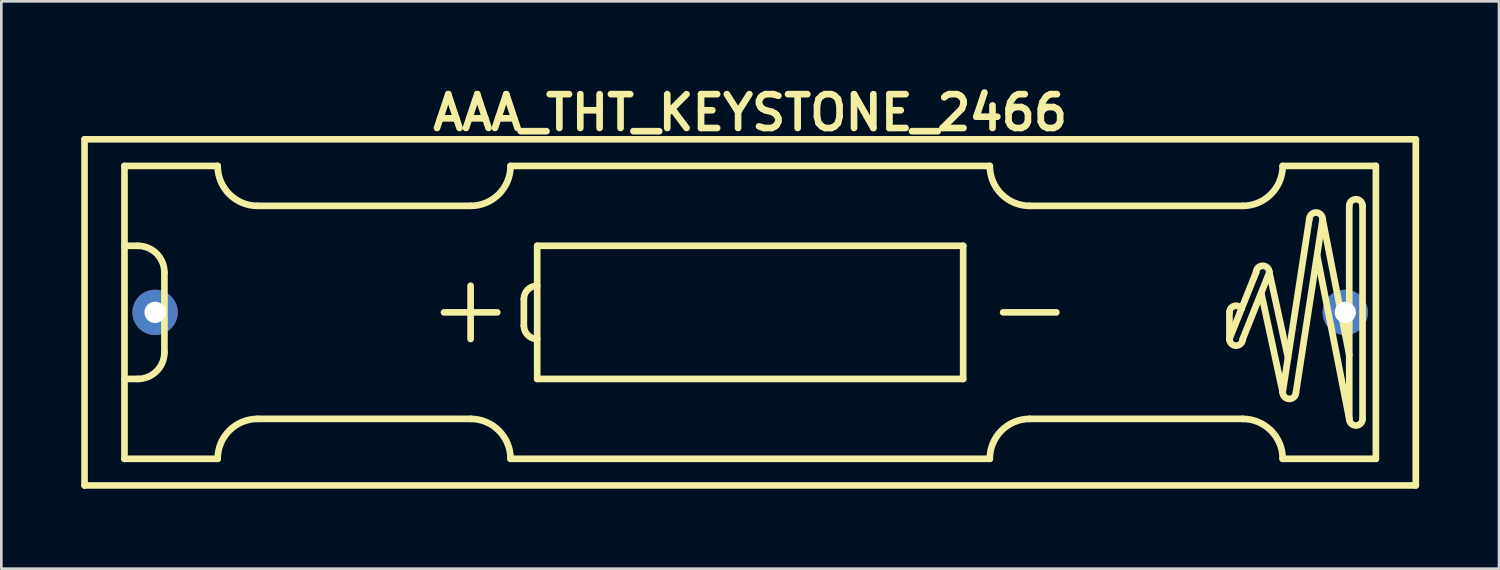
<source format=kicad_pcb>
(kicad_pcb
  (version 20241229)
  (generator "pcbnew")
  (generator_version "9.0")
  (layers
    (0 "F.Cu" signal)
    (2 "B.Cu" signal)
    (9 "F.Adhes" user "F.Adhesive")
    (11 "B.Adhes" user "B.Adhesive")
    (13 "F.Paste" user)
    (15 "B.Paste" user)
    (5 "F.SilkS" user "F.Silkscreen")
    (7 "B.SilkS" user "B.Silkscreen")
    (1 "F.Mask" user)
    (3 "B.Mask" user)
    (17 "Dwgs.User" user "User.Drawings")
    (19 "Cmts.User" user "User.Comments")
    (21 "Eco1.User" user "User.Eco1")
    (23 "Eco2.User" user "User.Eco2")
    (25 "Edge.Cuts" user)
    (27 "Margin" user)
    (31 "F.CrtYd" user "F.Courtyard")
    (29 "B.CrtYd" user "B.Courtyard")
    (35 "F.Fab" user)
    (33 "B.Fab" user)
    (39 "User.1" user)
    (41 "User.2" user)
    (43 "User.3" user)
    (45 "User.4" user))
  (footprint "AAA_THT_KEYSTONE_2466"
    (layer "F.Cu")
    (at 25.125 8.682)
    (property "Reference" "AAA_THT_KEYSTONE_2466" (at 0 -7.5 0) (layer "F.SilkS") (effects (font (size 1.27 1.27) (thickness 0.25))))
    (attr through_hole)
    (fp_line (start -25 -6.5) (end -25 6.5) (stroke (width 0.25) (type solid)) (layer "F.SilkS"))
    (fp_line (start -25 6.5) (end 25 6.5) (stroke (width 0.25) (type solid)) (layer "F.SilkS"))
    (fp_line (start -23.5 -5.5) (end -23.5 5.5) (stroke (width 0.25) (type solid)) (layer "F.SilkS"))
    (fp_line (start -23.5 -5.5) (end -20 -5.5) (stroke (width 0.25) (type solid)) (layer "F.SilkS"))
    (fp_line (start -23 -2.5) (end -23.5 -2.5) (stroke (width 0.25) (type solid)) (layer "F.SilkS"))
    (fp_line (start -23 2.5) (end -23.5 2.5) (stroke (width 0.25) (type solid)) (layer "F.SilkS"))
    (fp_line (start -22 1.5) (end -22 -1.5) (stroke (width 0.25) (type solid)) (layer "F.SilkS"))
    (fp_line (start -20 5.5) (end -23.5 5.5) (stroke (width 0.25) (type solid)) (layer "F.SilkS"))
    (fp_line (start -18.5 -4) (end -10.5 -4) (stroke (width 0.25) (type solid)) (layer "F.SilkS"))
    (fp_line (start -18.5 4) (end -10.5 4) (stroke (width 0.25) (type solid)) (layer "F.SilkS"))
    (fp_line (start -11.5 0) (end -9.5 0) (stroke (width 0.25) (type solid)) (layer "F.SilkS"))
    (fp_line (start -10.5 -1) (end -10.5 1) (stroke (width 0.25) (type solid)) (layer "F.SilkS"))
    (fp_line (start -9 5.5) (end 9 5.5) (stroke (width 0.25) (type solid)) (layer "F.SilkS"))
    (fp_line (start -8.5 -0.5) (end -8.5 0.5) (stroke (width 0.25) (type solid)) (layer "F.SilkS"))
    (fp_line (start -8 -2.5) (end 8 -2.5) (stroke (width 0.25) (type solid)) (layer "F.SilkS"))
    (fp_line (start -8 2.5) (end -8 -2.5) (stroke (width 0.25) (type solid)) (layer "F.SilkS"))
    (fp_line (start 8 -2.5) (end 8 2.5) (stroke (width 0.25) (type solid)) (layer "F.SilkS"))
    (fp_line (start 8 2.5) (end -8 2.5) (stroke (width 0.25) (type solid)) (layer "F.SilkS"))
    (fp_line (start 9 -5.5) (end -9 -5.5) (stroke (width 0.25) (type solid)) (layer "F.SilkS"))
    (fp_line (start 10.5 -4) (end 18.5 -4) (stroke (width 0.25) (type solid)) (layer "F.SilkS"))
    (fp_line (start 10.5 4) (end 18.5 4) (stroke (width 0.25) (type solid)) (layer "F.SilkS"))
    (fp_line (start 11.5 0) (end 9.5 0) (stroke (width 0.25) (type solid)) (layer "F.SilkS"))
    (fp_line (start 18 1) (end 18 0) (stroke (width 0.25) (type solid)) (layer "F.SilkS"))
    (fp_line (start 19 -1.5) (end 18 1) (stroke (width 0.25) (type solid)) (layer "F.SilkS"))
    (fp_line (start 19.5 -1.5) (end 18.5 1) (stroke (width 0.25) (type solid)) (layer "F.SilkS"))
    (fp_line (start 19.5 -1.5) (end 20.2 1.7) (stroke (width 0.25) (type solid)) (layer "F.SilkS"))
    (fp_line (start 20 -5.5) (end 23.5 -5.5) (stroke (width 0.25) (type solid)) (layer "F.SilkS"))
    (fp_line (start 20 3) (end 19.2 -0.7) (stroke (width 0.25) (type solid)) (layer "F.SilkS"))
    (fp_line (start 20 3) (end 21 -3.5) (stroke (width 0.25) (type solid)) (layer "F.SilkS"))
    (fp_line (start 20 5.5) (end 23.5 5.5) (stroke (width 0.25) (type solid)) (layer "F.SilkS"))
    (fp_line (start 21.5 -3.5) (end 20.5 3) (stroke (width 0.25) (type solid)) (layer "F.SilkS"))
    (fp_line (start 21.5 -3.5) (end 22.5 1.6) (stroke (width 0.25) (type solid)) (layer "F.SilkS"))
    (fp_line (start 22.5 4) (end 21.3 -2.1) (stroke (width 0.25) (type solid)) (layer "F.SilkS"))
    (fp_line (start 22.5 4) (end 22.5 -4) (stroke (width 0.25) (type solid)) (layer "F.SilkS"))
    (fp_line (start 23 -4) (end 23 4) (stroke (width 0.25) (type solid)) (layer "F.SilkS"))
    (fp_line (start 23.5 -5.5) (end 23.5 5.5) (stroke (width 0.25) (type solid)) (layer "F.SilkS"))
    (fp_line (start 25 -6.5) (end -25 -6.5) (stroke (width 0.25) (type solid)) (layer "F.SilkS"))
    (fp_line (start 25 6.5) (end 25 -6.5) (stroke (width 0.25) (type solid)) (layer "F.SilkS"))
    (fp_arc (start -23 -2.5) (mid -22.292893 -2.207107) (end -22 -1.5) (stroke (width 0.25) (type solid)) (layer "F.SilkS"))
    (fp_arc (start -22 1.5) (mid -22.292893 2.207107) (end -23 2.5) (stroke (width 0.25) (type solid)) (layer "F.SilkS"))
    (fp_arc (start -20 5.5) (mid -19.56066 4.43934) (end -18.5 4) (stroke (width 0.25) (type solid)) (layer "F.SilkS"))
    (fp_arc (start -18.5 -4) (mid -19.56066 -4.43934) (end -20 -5.5) (stroke (width 0.25) (type solid)) (layer "F.SilkS"))
    (fp_arc (start -10.5 4) (mid -9.43934 4.43934) (end -9 5.5) (stroke (width 0.25) (type solid)) (layer "F.SilkS"))
    (fp_arc (start -9 -5.5) (mid -9.43934 -4.43934) (end -10.5 -4) (stroke (width 0.25) (type solid)) (layer "F.SilkS"))
    (fp_arc (start -8.5 -0.5) (mid -8.353553 -0.853553) (end -8 -1) (stroke (width 0.25) (type solid)) (layer "F.SilkS"))
    (fp_arc (start -8 1) (mid -8.353553 0.853553) (end -8.5 0.5) (stroke (width 0.25) (type solid)) (layer "F.SilkS"))
    (fp_arc (start 9 5.5) (mid 9.43934 4.43934) (end 10.5 4) (stroke (width 0.25) (type solid)) (layer "F.SilkS"))
    (fp_arc (start 10.5 -4) (mid 9.43934 -4.43934) (end 9 -5.5) (stroke (width 0.25) (type solid)) (layer "F.SilkS"))
    (fp_arc (start 18 0) (mid 18.177554 -0.239273) (end 18.458013 -0.138675) (stroke (width 0.25) (type solid)) (layer "F.SilkS"))
    (fp_arc (start 18.5 1) (mid 18.25 1.25) (end 18 1) (stroke (width 0.25) (type solid)) (layer "F.SilkS"))
    (fp_arc (start 18.5 4) (mid 19.56066 4.43934) (end 20 5.5) (stroke (width 0.25) (type solid)) (layer "F.SilkS"))
    (fp_arc (start 19 -1.5) (mid 19.25 -1.75) (end 19.5 -1.5) (stroke (width 0.25) (type solid)) (layer "F.SilkS"))
    (fp_arc (start 20 -5.5) (mid 19.56066 -4.43934) (end 18.5 -4) (stroke (width 0.25) (type solid)) (layer "F.SilkS"))
    (fp_arc (start 20.5 3) (mid 20.25 3.25) (end 20 3) (stroke (width 0.25) (type solid)) (layer "F.SilkS"))
    (fp_arc (start 21 -3.5) (mid 21.25 -3.75) (end 21.5 -3.5) (stroke (width 0.25) (type solid)) (layer "F.SilkS"))
    (fp_arc (start 22.5 -4) (mid 22.75 -4.25) (end 23 -4) (stroke (width 0.25) (type solid)) (layer "F.SilkS"))
    (fp_arc (start 23 4) (mid 22.75 4.25) (end 22.5 4) (stroke (width 0.25) (type solid)) (layer "F.SilkS"))
    (pad "1" thru_hole circle (at -22.35 0) (size 1.7 1.7) (drill 0.8) (layers "*.Cu" "*.Mask"))
    (pad "2" thru_hole circle (at 22.35 0) (size 1.7 1.7) (drill 0.8) (layers "*.Cu" "*.Mask")))
  (gr_rect
    (start -3 -3)
    (end 53.25 18.307)
    (stroke (width 0.1) (type default))
    (fill no)
    (layer "Edge.Cuts")))
</source>
